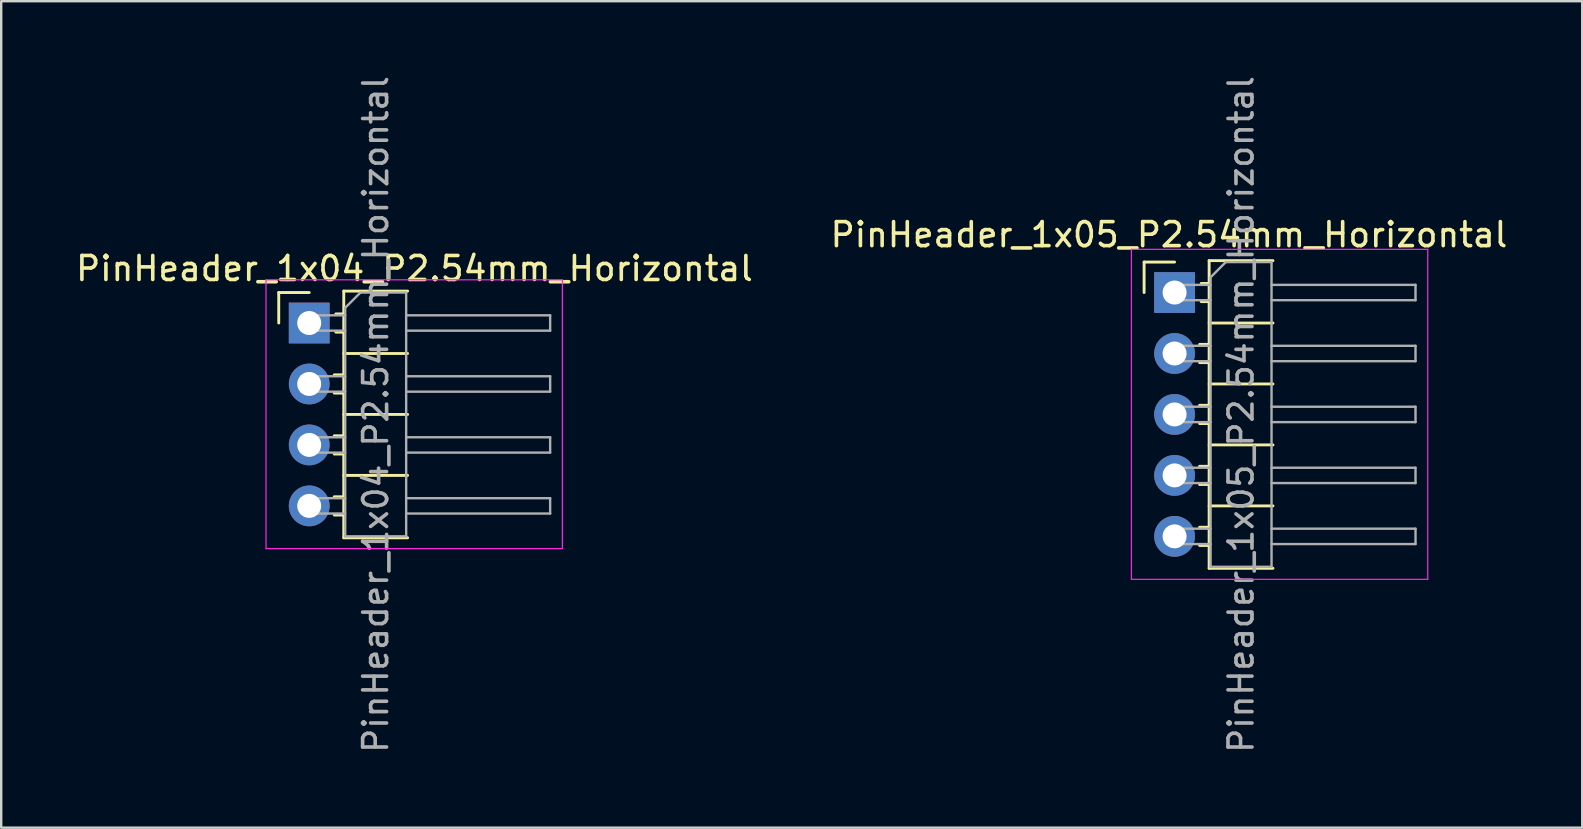
<source format=kicad_pcb>
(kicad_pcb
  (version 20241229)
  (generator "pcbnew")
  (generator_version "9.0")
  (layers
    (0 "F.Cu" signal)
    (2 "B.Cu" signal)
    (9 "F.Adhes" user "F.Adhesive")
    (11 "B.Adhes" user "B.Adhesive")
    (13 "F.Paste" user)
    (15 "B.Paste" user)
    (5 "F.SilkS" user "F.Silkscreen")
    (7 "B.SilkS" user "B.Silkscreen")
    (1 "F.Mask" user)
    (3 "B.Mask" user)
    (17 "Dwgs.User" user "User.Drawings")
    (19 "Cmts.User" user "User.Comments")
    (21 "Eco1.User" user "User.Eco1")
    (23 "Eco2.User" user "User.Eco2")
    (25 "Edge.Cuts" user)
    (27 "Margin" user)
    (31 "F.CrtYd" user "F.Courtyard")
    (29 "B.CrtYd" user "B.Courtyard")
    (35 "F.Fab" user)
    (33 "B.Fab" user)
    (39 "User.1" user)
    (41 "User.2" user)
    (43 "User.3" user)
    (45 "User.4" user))
  (footprint "PinHeader_1x04_P2.54mm_Horizontal"
    (layer "F.Cu")
    (at 9.835 10.41)
    (property "Reference" "PinHeader_1x04_P2.54mm_Horizontal" (at 4.385 -2.27 0) (layer "F.SilkS") (effects (font (size 1 1) (thickness 0.15))))
    (attr through_hole)
    (fp_line (start -1.27 -1.27) (end 0 -1.27) (stroke (width 0.12) (type solid)) (layer "F.SilkS"))
    (fp_line (start -1.27 0) (end -1.27 -1.27) (stroke (width 0.12) (type solid)) (layer "F.SilkS"))
    (fp_line (start 1.043 2.16) (end 1.44 2.16) (stroke (width 0.12) (type solid)) (layer "F.SilkS"))
    (fp_line (start 1.043 2.92) (end 1.44 2.92) (stroke (width 0.12) (type solid)) (layer "F.SilkS"))
    (fp_line (start 1.043 4.7) (end 1.44 4.7) (stroke (width 0.12) (type solid)) (layer "F.SilkS"))
    (fp_line (start 1.043 5.46) (end 1.44 5.46) (stroke (width 0.12) (type solid)) (layer "F.SilkS"))
    (fp_line (start 1.043 7.24) (end 1.44 7.24) (stroke (width 0.12) (type solid)) (layer "F.SilkS"))
    (fp_line (start 1.043 8) (end 1.44 8) (stroke (width 0.12) (type solid)) (layer "F.SilkS"))
    (fp_line (start 1.11 -0.38) (end 1.44 -0.38) (stroke (width 0.12) (type solid)) (layer "F.SilkS"))
    (fp_line (start 1.11 0.38) (end 1.44 0.38) (stroke (width 0.12) (type solid)) (layer "F.SilkS"))
    (fp_line (start 1.44 -1.33) (end 1.44 8.95) (stroke (width 0.12) (type solid)) (layer "F.SilkS"))
    (fp_line (start 1.44 1.27) (end 4.1 1.27) (stroke (width 0.12) (type solid)) (layer "F.SilkS"))
    (fp_line (start 1.44 3.81) (end 4.1 3.81) (stroke (width 0.12) (type solid)) (layer "F.SilkS"))
    (fp_line (start 1.44 6.35) (end 4.1 6.35) (stroke (width 0.12) (type solid)) (layer "F.SilkS"))
    (fp_line (start 1.44 8.95) (end 4.1 8.95) (stroke (width 0.12) (type solid)) (layer "F.SilkS"))
    (fp_line (start 4.1 -1.33) (end 1.44 -1.33) (stroke (width 0.12) (type solid)) (layer "F.SilkS"))
    (fp_line (start -1.8 -1.8) (end -1.8 9.4) (stroke (width 0.05) (type solid)) (layer "F.CrtYd"))
    (fp_line (start -1.8 9.4) (end 10.55 9.4) (stroke (width 0.05) (type solid)) (layer "F.CrtYd"))
    (fp_line (start 10.55 -1.8) (end -1.8 -1.8) (stroke (width 0.05) (type solid)) (layer "F.CrtYd"))
    (fp_line (start 10.55 9.4) (end 10.55 -1.8) (stroke (width 0.05) (type solid)) (layer "F.CrtYd"))
    (fp_line (start -0.32 -0.32) (end -0.32 0.32) (stroke (width 0.1) (type solid)) (layer "F.Fab"))
    (fp_line (start -0.32 -0.32) (end 1.5 -0.32) (stroke (width 0.1) (type solid)) (layer "F.Fab"))
    (fp_line (start -0.32 0.32) (end 1.5 0.32) (stroke (width 0.1) (type solid)) (layer "F.Fab"))
    (fp_line (start -0.32 2.22) (end -0.32 2.86) (stroke (width 0.1) (type solid)) (layer "F.Fab"))
    (fp_line (start -0.32 2.22) (end 1.5 2.22) (stroke (width 0.1) (type solid)) (layer "F.Fab"))
    (fp_line (start -0.32 2.86) (end 1.5 2.86) (stroke (width 0.1) (type solid)) (layer "F.Fab"))
    (fp_line (start -0.32 4.76) (end -0.32 5.4) (stroke (width 0.1) (type solid)) (layer "F.Fab"))
    (fp_line (start -0.32 4.76) (end 1.5 4.76) (stroke (width 0.1) (type solid)) (layer "F.Fab"))
    (fp_line (start -0.32 5.4) (end 1.5 5.4) (stroke (width 0.1) (type solid)) (layer "F.Fab"))
    (fp_line (start -0.32 7.3) (end -0.32 7.94) (stroke (width 0.1) (type solid)) (layer "F.Fab"))
    (fp_line (start -0.32 7.3) (end 1.5 7.3) (stroke (width 0.1) (type solid)) (layer "F.Fab"))
    (fp_line (start -0.32 7.94) (end 1.5 7.94) (stroke (width 0.1) (type solid)) (layer "F.Fab"))
    (fp_line (start 1.5 -0.635) (end 2.135 -1.27) (stroke (width 0.1) (type solid)) (layer "F.Fab"))
    (fp_line (start 1.5 8.89) (end 1.5 -0.635) (stroke (width 0.1) (type solid)) (layer "F.Fab"))
    (fp_line (start 2.135 -1.27) (end 4.04 -1.27) (stroke (width 0.1) (type solid)) (layer "F.Fab"))
    (fp_line (start 4.04 -1.27) (end 4.04 8.89) (stroke (width 0.1) (type solid)) (layer "F.Fab"))
    (fp_line (start 4.04 -0.32) (end 10.04 -0.32) (stroke (width 0.1) (type solid)) (layer "F.Fab"))
    (fp_line (start 4.04 0.32) (end 10.04 0.32) (stroke (width 0.1) (type solid)) (layer "F.Fab"))
    (fp_line (start 4.04 2.22) (end 10.04 2.22) (stroke (width 0.1) (type solid)) (layer "F.Fab"))
    (fp_line (start 4.04 2.86) (end 10.04 2.86) (stroke (width 0.1) (type solid)) (layer "F.Fab"))
    (fp_line (start 4.04 4.76) (end 10.04 4.76) (stroke (width 0.1) (type solid)) (layer "F.Fab"))
    (fp_line (start 4.04 5.4) (end 10.04 5.4) (stroke (width 0.1) (type solid)) (layer "F.Fab"))
    (fp_line (start 4.04 7.3) (end 10.04 7.3) (stroke (width 0.1) (type solid)) (layer "F.Fab"))
    (fp_line (start 4.04 7.94) (end 10.04 7.94) (stroke (width 0.1) (type solid)) (layer "F.Fab"))
    (fp_line (start 4.04 8.89) (end 1.5 8.89) (stroke (width 0.1) (type solid)) (layer "F.Fab"))
    (fp_line (start 10.04 -0.32) (end 10.04 0.32) (stroke (width 0.1) (type solid)) (layer "F.Fab"))
    (fp_line (start 10.04 2.22) (end 10.04 2.86) (stroke (width 0.1) (type solid)) (layer "F.Fab"))
    (fp_line (start 10.04 4.76) (end 10.04 5.4) (stroke (width 0.1) (type solid)) (layer "F.Fab"))
    (fp_line (start 10.04 7.3) (end 10.04 7.94) (stroke (width 0.1) (type solid)) (layer "F.Fab"))
    (fp_text user "${REFERENCE}" (at 2.77 3.81 90) (layer "F.Fab") (effects (font (size 1 1) (thickness 0.15))))
    (pad "1" thru_hole rect (at 0 0) (size 1.7 1.7) (drill 1) (layers "*.Cu" "*.Mask"))
    (pad "2" thru_hole oval (at 0 2.54) (size 1.7 1.7) (drill 1) (layers "*.Cu" "*.Mask"))
    (pad "3" thru_hole oval (at 0 5.08) (size 1.7 1.7) (drill 1) (layers "*.Cu" "*.Mask"))
    (pad "4" thru_hole oval (at 0 7.62) (size 1.7 1.7) (drill 1) (layers "*.Cu" "*.Mask")))
  (footprint "PinHeader_1x05_P2.54mm_Horizontal"
    (layer "F.Cu")
    (at 45.895 9.14)
    (property "Reference" "PinHeader_1x05_P2.54mm_Horizontal" (at -0.234 -2.41 0) (layer "F.SilkS") (effects (font (size 1 1) (thickness 0.15))))
    (attr through_hole)
    (fp_line (start -1.27 -1.27) (end 0 -1.27) (stroke (width 0.12) (type solid)) (layer "F.SilkS"))
    (fp_line (start -1.27 0) (end -1.27 -1.27) (stroke (width 0.12) (type solid)) (layer "F.SilkS"))
    (fp_line (start 1.043 2.16) (end 1.44 2.16) (stroke (width 0.12) (type solid)) (layer "F.SilkS"))
    (fp_line (start 1.043 2.92) (end 1.44 2.92) (stroke (width 0.12) (type solid)) (layer "F.SilkS"))
    (fp_line (start 1.043 4.7) (end 1.44 4.7) (stroke (width 0.12) (type solid)) (layer "F.SilkS"))
    (fp_line (start 1.043 5.46) (end 1.44 5.46) (stroke (width 0.12) (type solid)) (layer "F.SilkS"))
    (fp_line (start 1.043 7.24) (end 1.44 7.24) (stroke (width 0.12) (type solid)) (layer "F.SilkS"))
    (fp_line (start 1.043 8) (end 1.44 8) (stroke (width 0.12) (type solid)) (layer "F.SilkS"))
    (fp_line (start 1.043 9.78) (end 1.44 9.78) (stroke (width 0.12) (type solid)) (layer "F.SilkS"))
    (fp_line (start 1.043 10.54) (end 1.44 10.54) (stroke (width 0.12) (type solid)) (layer "F.SilkS"))
    (fp_line (start 1.11 -0.38) (end 1.44 -0.38) (stroke (width 0.12) (type solid)) (layer "F.SilkS"))
    (fp_line (start 1.11 0.38) (end 1.44 0.38) (stroke (width 0.12) (type solid)) (layer "F.SilkS"))
    (fp_line (start 1.44 -1.33) (end 1.44 11.49) (stroke (width 0.12) (type solid)) (layer "F.SilkS"))
    (fp_line (start 1.44 1.27) (end 4.1 1.27) (stroke (width 0.12) (type solid)) (layer "F.SilkS"))
    (fp_line (start 1.44 3.81) (end 4.1 3.81) (stroke (width 0.12) (type solid)) (layer "F.SilkS"))
    (fp_line (start 1.44 6.35) (end 4.1 6.35) (stroke (width 0.12) (type solid)) (layer "F.SilkS"))
    (fp_line (start 1.44 8.89) (end 4.1 8.89) (stroke (width 0.12) (type solid)) (layer "F.SilkS"))
    (fp_line (start 1.44 11.49) (end 4.1 11.49) (stroke (width 0.12) (type solid)) (layer "F.SilkS"))
    (fp_line (start 4.1 -1.33) (end 1.44 -1.33) (stroke (width 0.12) (type solid)) (layer "F.SilkS"))
    (fp_line (start -1.8 -1.8) (end -1.8 11.95) (stroke (width 0.05) (type solid)) (layer "F.CrtYd"))
    (fp_line (start -1.8 11.95) (end 10.55 11.95) (stroke (width 0.05) (type solid)) (layer "F.CrtYd"))
    (fp_line (start 10.55 -1.8) (end -1.8 -1.8) (stroke (width 0.05) (type solid)) (layer "F.CrtYd"))
    (fp_line (start 10.55 11.95) (end 10.55 -1.8) (stroke (width 0.05) (type solid)) (layer "F.CrtYd"))
    (fp_line (start -0.32 -0.32) (end -0.32 0.32) (stroke (width 0.1) (type solid)) (layer "F.Fab"))
    (fp_line (start -0.32 -0.32) (end 1.5 -0.32) (stroke (width 0.1) (type solid)) (layer "F.Fab"))
    (fp_line (start -0.32 0.32) (end 1.5 0.32) (stroke (width 0.1) (type solid)) (layer "F.Fab"))
    (fp_line (start -0.32 2.22) (end -0.32 2.86) (stroke (width 0.1) (type solid)) (layer "F.Fab"))
    (fp_line (start -0.32 2.22) (end 1.5 2.22) (stroke (width 0.1) (type solid)) (layer "F.Fab"))
    (fp_line (start -0.32 2.86) (end 1.5 2.86) (stroke (width 0.1) (type solid)) (layer "F.Fab"))
    (fp_line (start -0.32 4.76) (end -0.32 5.4) (stroke (width 0.1) (type solid)) (layer "F.Fab"))
    (fp_line (start -0.32 4.76) (end 1.5 4.76) (stroke (width 0.1) (type solid)) (layer "F.Fab"))
    (fp_line (start -0.32 5.4) (end 1.5 5.4) (stroke (width 0.1) (type solid)) (layer "F.Fab"))
    (fp_line (start -0.32 7.3) (end -0.32 7.94) (stroke (width 0.1) (type solid)) (layer "F.Fab"))
    (fp_line (start -0.32 7.3) (end 1.5 7.3) (stroke (width 0.1) (type solid)) (layer "F.Fab"))
    (fp_line (start -0.32 7.94) (end 1.5 7.94) (stroke (width 0.1) (type solid)) (layer "F.Fab"))
    (fp_line (start -0.32 9.84) (end -0.32 10.48) (stroke (width 0.1) (type solid)) (layer "F.Fab"))
    (fp_line (start -0.32 9.84) (end 1.5 9.84) (stroke (width 0.1) (type solid)) (layer "F.Fab"))
    (fp_line (start -0.32 10.48) (end 1.5 10.48) (stroke (width 0.1) (type solid)) (layer "F.Fab"))
    (fp_line (start 1.5 -0.635) (end 2.135 -1.27) (stroke (width 0.1) (type solid)) (layer "F.Fab"))
    (fp_line (start 1.5 11.43) (end 1.5 -0.635) (stroke (width 0.1) (type solid)) (layer "F.Fab"))
    (fp_line (start 2.135 -1.27) (end 4.04 -1.27) (stroke (width 0.1) (type solid)) (layer "F.Fab"))
    (fp_line (start 4.04 -1.27) (end 4.04 11.43) (stroke (width 0.1) (type solid)) (layer "F.Fab"))
    (fp_line (start 4.04 -0.32) (end 10.04 -0.32) (stroke (width 0.1) (type solid)) (layer "F.Fab"))
    (fp_line (start 4.04 0.32) (end 10.04 0.32) (stroke (width 0.1) (type solid)) (layer "F.Fab"))
    (fp_line (start 4.04 2.22) (end 10.04 2.22) (stroke (width 0.1) (type solid)) (layer "F.Fab"))
    (fp_line (start 4.04 2.86) (end 10.04 2.86) (stroke (width 0.1) (type solid)) (layer "F.Fab"))
    (fp_line (start 4.04 4.76) (end 10.04 4.76) (stroke (width 0.1) (type solid)) (layer "F.Fab"))
    (fp_line (start 4.04 5.4) (end 10.04 5.4) (stroke (width 0.1) (type solid)) (layer "F.Fab"))
    (fp_line (start 4.04 7.3) (end 10.04 7.3) (stroke (width 0.1) (type solid)) (layer "F.Fab"))
    (fp_line (start 4.04 7.94) (end 10.04 7.94) (stroke (width 0.1) (type solid)) (layer "F.Fab"))
    (fp_line (start 4.04 9.84) (end 10.04 9.84) (stroke (width 0.1) (type solid)) (layer "F.Fab"))
    (fp_line (start 4.04 10.48) (end 10.04 10.48) (stroke (width 0.1) (type solid)) (layer "F.Fab"))
    (fp_line (start 4.04 11.43) (end 1.5 11.43) (stroke (width 0.1) (type solid)) (layer "F.Fab"))
    (fp_line (start 10.04 -0.32) (end 10.04 0.32) (stroke (width 0.1) (type solid)) (layer "F.Fab"))
    (fp_line (start 10.04 2.22) (end 10.04 2.86) (stroke (width 0.1) (type solid)) (layer "F.Fab"))
    (fp_line (start 10.04 4.76) (end 10.04 5.4) (stroke (width 0.1) (type solid)) (layer "F.Fab"))
    (fp_line (start 10.04 7.3) (end 10.04 7.94) (stroke (width 0.1) (type solid)) (layer "F.Fab"))
    (fp_line (start 10.04 9.84) (end 10.04 10.48) (stroke (width 0.1) (type solid)) (layer "F.Fab"))
    (fp_text user "${REFERENCE}" (at 2.77 5.08 90) (layer "F.Fab") (effects (font (size 1 1) (thickness 0.15))))
    (pad "1" thru_hole rect (at 0 0) (size 1.7 1.7) (drill 1) (layers "*.Cu" "*.Mask"))
    (pad "2" thru_hole oval (at 0 2.54) (size 1.7 1.7) (drill 1) (layers "*.Cu" "*.Mask"))
    (pad "3" thru_hole oval (at 0 5.08) (size 1.7 1.7) (drill 1) (layers "*.Cu" "*.Mask"))
    (pad "4" thru_hole oval (at 0 7.62) (size 1.7 1.7) (drill 1) (layers "*.Cu" "*.Mask"))
    (pad "5" thru_hole oval (at 0 10.16) (size 1.7 1.7) (drill 1) (layers "*.Cu" "*.Mask")))
  (gr_rect
    (start -3 -3)
    (end 62.881 31.44)
    (stroke (width 0.1) (type default))
    (fill no)
    (layer "Edge.Cuts")))
</source>
